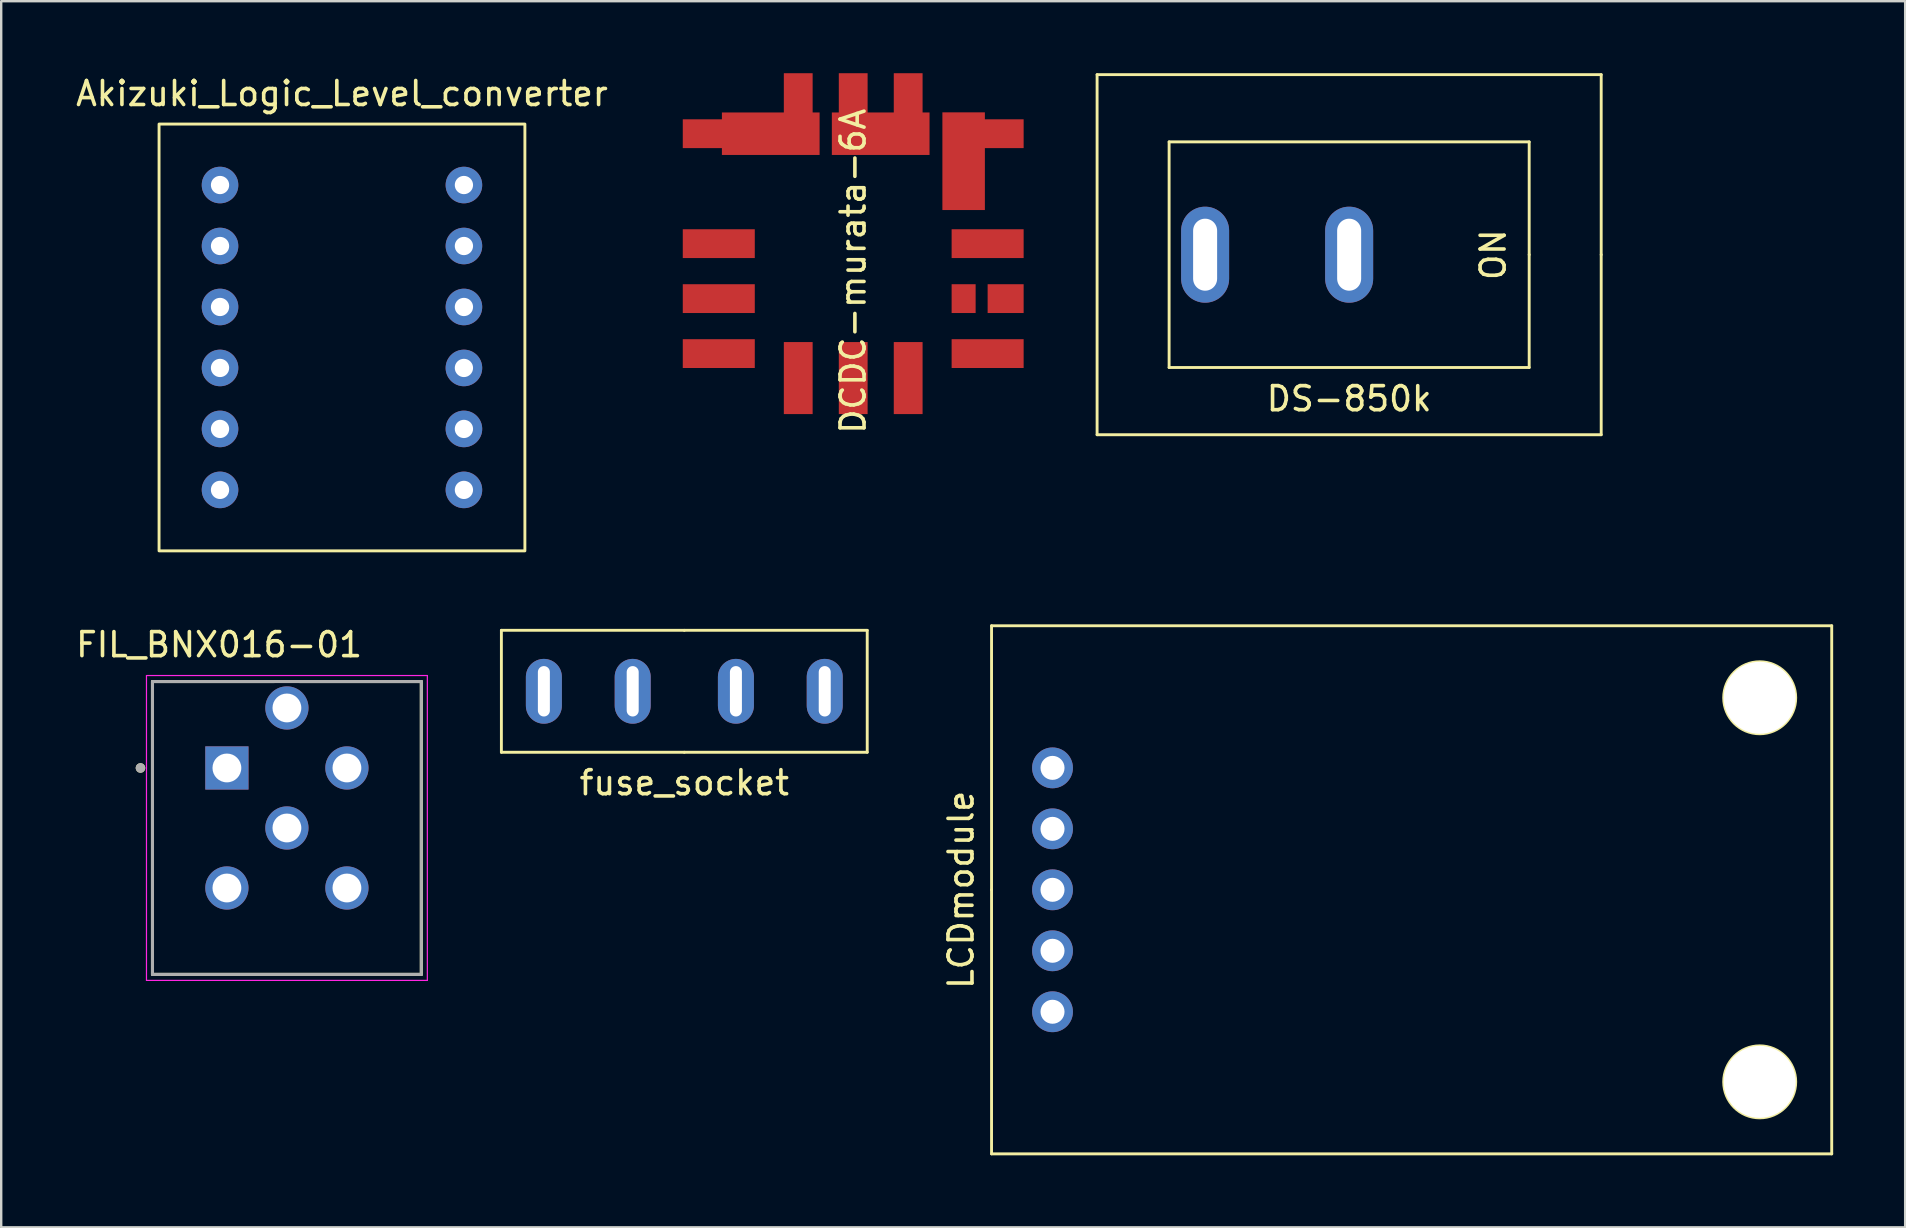
<source format=kicad_pcb>
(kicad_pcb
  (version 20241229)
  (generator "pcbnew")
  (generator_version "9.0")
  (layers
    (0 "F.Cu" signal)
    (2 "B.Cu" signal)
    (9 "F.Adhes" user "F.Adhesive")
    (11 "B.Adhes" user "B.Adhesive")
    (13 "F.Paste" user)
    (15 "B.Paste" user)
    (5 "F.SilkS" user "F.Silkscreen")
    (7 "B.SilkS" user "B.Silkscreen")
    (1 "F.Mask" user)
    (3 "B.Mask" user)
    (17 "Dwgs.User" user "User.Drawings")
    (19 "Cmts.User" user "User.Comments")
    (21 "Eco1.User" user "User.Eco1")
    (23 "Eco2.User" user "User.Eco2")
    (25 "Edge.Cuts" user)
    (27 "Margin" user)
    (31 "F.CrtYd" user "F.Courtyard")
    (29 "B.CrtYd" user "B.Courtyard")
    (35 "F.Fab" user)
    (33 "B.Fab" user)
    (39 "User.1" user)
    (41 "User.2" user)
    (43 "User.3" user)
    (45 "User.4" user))
  (footprint "Akizuki_Logic_Level_converter"
    (layer "F.Cu")
    (at 11.196 11.008)
    (property "Reference" "Akizuki_Logic_Level_converter" (at 0 -10.16 0) (unlocked yes) (layer "F.SilkS") (effects (font (size 1 1) (thickness 0.15))))
    (attr through_hole)
    (fp_rect (start 7.62 8.89) (end -7.62 -8.89) (stroke (width 0.12) (type solid)) (fill no) (layer "F.SilkS"))
    (pad "1" thru_hole circle (at 5.08 -6.35) (size 1.524 1.524) (drill 0.762) (layers "*.Cu" "*.Mask"))
    (pad "2" thru_hole circle (at 5.08 -3.81) (size 1.524 1.524) (drill 0.762) (layers "*.Cu" "*.Mask"))
    (pad "3" thru_hole circle (at 5.08 -1.27) (size 1.524 1.524) (drill 0.762) (layers "*.Cu" "*.Mask"))
    (pad "4" thru_hole circle (at 5.08 1.27) (size 1.524 1.524) (drill 0.762) (layers "*.Cu" "*.Mask"))
    (pad "5" thru_hole circle (at 5.08 3.81) (size 1.524 1.524) (drill 0.762) (layers "*.Cu" "*.Mask"))
    (pad "6" thru_hole circle (at 5.08 6.35) (size 1.524 1.524) (drill 0.762) (layers "*.Cu" "*.Mask"))
    (pad "7" thru_hole circle (at -5.08 6.35) (size 1.524 1.524) (drill 0.762) (layers "*.Cu" "*.Mask"))
    (pad "8" thru_hole circle (at -5.08 3.81) (size 1.524 1.524) (drill 0.762) (layers "*.Cu" "*.Mask"))
    (pad "9" thru_hole circle (at -5.08 1.27) (size 1.524 1.524) (drill 0.762) (layers "*.Cu" "*.Mask"))
    (pad "10" thru_hole circle (at -5.08 -1.27) (size 1.524 1.524) (drill 0.762) (layers "*.Cu" "*.Mask"))
    (pad "11" thru_hole circle (at -5.08 -3.81) (size 1.524 1.524) (drill 0.762) (layers "*.Cu" "*.Mask"))
    (pad "12" thru_hole circle (at -5.08 -6.35) (size 1.524 1.524) (drill 0.762) (layers "*.Cu" "*.Mask")))
  (footprint "fuse_socket"
    (layer "F.Cu")
    (at 25.457 23.208)
    (property "Reference" "fuse_socket" (at 0 6.35 0) (layer "F.SilkS") (effects (font (size 1 1) (thickness 0.15))))
    (attr through_hole)
    (fp_line (start -7.62 0) (end -7.62 5.08) (stroke (width 0.12) (type solid)) (layer "F.SilkS"))
    (fp_line (start -7.62 5.08) (end 0 5.08) (stroke (width 0.12) (type solid)) (layer "F.SilkS"))
    (fp_line (start 0 0) (end -7.62 0) (stroke (width 0.12) (type solid)) (layer "F.SilkS"))
    (fp_line (start 0 5.08) (end 7.62 5.08) (stroke (width 0.12) (type solid)) (layer "F.SilkS"))
    (fp_line (start 7.62 0) (end 0 0) (stroke (width 0.12) (type solid)) (layer "F.SilkS"))
    (fp_line (start 7.62 5.08) (end 7.62 0) (stroke (width 0.12) (type solid)) (layer "F.SilkS"))
    (pad "1" thru_hole oval (at -5.85 2.54) (size 1.5 2.7) (drill oval 0.5 2.1) (layers "*.Cu" "*.Mask"))
    (pad "1" thru_hole oval (at -2.15 2.54) (size 1.5 2.7) (drill oval 0.5 2.1) (layers "*.Cu" "*.Mask"))
    (pad "2" thru_hole oval (at 2.15 2.54) (size 1.5 2.7) (drill oval 0.5 2.1) (layers "*.Cu" "*.Mask"))
    (pad "2" thru_hole oval (at 5.85 2.54) (size 1.5 2.7) (drill oval 0.5 2.1) (layers "*.Cu" "*.Mask")))
  (footprint "FIL_BNX016-01"
    (layer "F.Cu")
    (at 8.902 31.442)
    (property "Reference" "FIL_BNX016-01" (at -2.825 -7.635 0) (layer "F.SilkS") (effects (font (size 1 1) (thickness 0.15))))
    (attr through_hole)
    (fp_line (start -5.6 -6.1) (end -0.53 -6.1) (stroke (width 0.127) (type solid)) (layer "F.SilkS"))
    (fp_line (start -5.6 6.1) (end -5.6 -6.1) (stroke (width 0.127) (type solid)) (layer "F.SilkS"))
    (fp_line (start 0.53 -6.1) (end 5.6 -6.1) (stroke (width 0.127) (type solid)) (layer "F.SilkS"))
    (fp_line (start 5.6 -6.1) (end 5.6 6.1) (stroke (width 0.127) (type solid)) (layer "F.SilkS"))
    (fp_line (start 5.6 6.1) (end -5.6 6.1) (stroke (width 0.127) (type solid)) (layer "F.SilkS"))
    (fp_circle (center -6.1 -2.5) (end -6 -2.5) (stroke (width 0.2) (type solid)) (fill no) (layer "F.SilkS"))
    (fp_line (start -5.85 -6.35) (end 5.85 -6.35) (stroke (width 0.05) (type solid)) (layer "F.CrtYd"))
    (fp_line (start -5.85 6.35) (end -5.85 -6.35) (stroke (width 0.05) (type solid)) (layer "F.CrtYd"))
    (fp_line (start 5.85 -6.35) (end 5.85 6.35) (stroke (width 0.05) (type solid)) (layer "F.CrtYd"))
    (fp_line (start 5.85 6.35) (end -5.85 6.35) (stroke (width 0.05) (type solid)) (layer "F.CrtYd"))
    (fp_line (start -5.6 -6.1) (end 5.6 -6.1) (stroke (width 0.127) (type solid)) (layer "F.Fab"))
    (fp_line (start -5.6 6.1) (end -5.6 -6.1) (stroke (width 0.127) (type solid)) (layer "F.Fab"))
    (fp_line (start 5.6 -6.1) (end 5.6 6.1) (stroke (width 0.127) (type solid)) (layer "F.Fab"))
    (fp_line (start 5.6 6.1) (end -5.6 6.1) (stroke (width 0.127) (type solid)) (layer "F.Fab"))
    (fp_circle (center -6.1 -2.5) (end -6 -2.5) (stroke (width 0.2) (type solid)) (fill no) (layer "F.Fab"))
    (pad "1" thru_hole circle (at 2.5 -2.5) (size 1.8 1.8) (drill 1.2) (layers "*.Cu" "*.Mask"))
    (pad "2" thru_hole rect (at -2.5 -2.5) (size 1.8 1.8) (drill 1.2) (layers "*.Cu" "*.Mask"))
    (pad "3" thru_hole circle (at 2.5 2.5) (size 1.8 1.8) (drill 1.2) (layers "*.Cu" "*.Mask"))
    (pad "4" thru_hole circle (at -2.5 2.5) (size 1.8 1.8) (drill 1.2) (layers "*.Cu" "*.Mask"))
    (pad "4" thru_hole circle (at 0 -5) (size 1.8 1.8) (drill 1.2) (layers "*.Cu" "*.Mask"))
    (pad "4" thru_hole circle (at 0 0) (size 1.8 1.8) (drill 1.2) (layers "*.Cu" "*.Mask")))
  (footprint "LCDmodule"
    (layer "F.Cu")
    (at 40.796 28.938)
    (property "Reference" "LCDmodule" (at -3.81 5.08 90) (layer "F.SilkS") (effects (font (size 1 1) (thickness 0.15))))
    (attr through_hole)
    (fp_line (start -2.54 -5.92) (end 32.46 -5.92) (stroke (width 0.12) (type solid)) (layer "F.SilkS"))
    (fp_line (start -2.54 5.08) (end -2.54 -5.92) (stroke (width 0.12) (type solid)) (layer "F.SilkS"))
    (fp_line (start -2.54 16.08) (end -2.54 5.08) (stroke (width 0.12) (type solid)) (layer "F.SilkS"))
    (fp_line (start 32.46 -5.92) (end 32.46 16.08) (stroke (width 0.12) (type solid)) (layer "F.SilkS"))
    (fp_line (start 32.46 16.08) (end -2.54 16.08) (stroke (width 0.12) (type solid)) (layer "F.SilkS"))
    (fp_circle (center 29.46 -2.92) (end 29.46 -4.42) (stroke (width 0.12) (type solid)) (fill no) (layer "F.SilkS"))
    (fp_circle (center 29.46 13.08) (end 29.46 14.58) (stroke (width 0.12) (type solid)) (fill no) (layer "F.SilkS"))
    (pad "" thru_hole circle (at 29.46 -2.92) (size 3 3) (drill 3) (layers "*.Cu" "*.Mask"))
    (pad "" thru_hole circle (at 29.46 13.08) (size 3 3) (drill 3) (layers "*.Cu" "*.Mask"))
    (pad "1" thru_hole circle (at 0 0) (size 1.7 1.7) (drill 1) (layers "*.Cu" "*.Mask"))
    (pad "2" thru_hole circle (at 0 2.54) (size 1.7 1.7) (drill 1) (layers "*.Cu" "*.Mask"))
    (pad "3" thru_hole circle (at 0 5.08) (size 1.7 1.7) (drill 1) (layers "*.Cu" "*.Mask"))
    (pad "4" thru_hole circle (at 0 7.62) (size 1.7 1.7) (drill 1) (layers "*.Cu" "*.Mask"))
    (pad "5" thru_hole circle (at 0 10.16) (size 1.7 1.7) (drill 1) (layers "*.Cu" "*.Mask")))
  (footprint "DCDC-murata-6A"
    (layer "F.Cu")
    (at 26.393 13.2)
    (property "Reference" "DCDC-murata-6A" (at 6.096 -4.953 90) (layer "F.SilkS") (effects (font (size 1 1) (thickness 0.15))))
    (attr through_hole)
    (pad "1" smd trapezoid (at 0.5 -6.1) (size 3 1.2) (layers "F.Cu" "F.Mask" "F.Paste"))
    (pad "2" smd trapezoid (at 0.5 -10.68) (size 3 1.2) (layers "F.Cu" "F.Mask" "F.Paste"))
    (pad "2" smd trapezoid (at 2.665 -10.68) (size 4.07 1.77) (layers "F.Cu" "F.Mask" "F.Paste"))
    (pad "2" smd trapezoid (at 3.81 -11.7) (size 1.2 3) (layers "F.Cu" "F.Mask" "F.Paste"))
    (pad "3" smd trapezoid (at 6.1 -11.7) (size 1.2 3) (layers "F.Cu" "F.Mask" "F.Paste"))
    (pad "3" smd trapezoid (at 7.245 -10.68) (size 4.07 1.77) (layers "F.Cu" "F.Mask" "F.Paste"))
    (pad "3" smd trapezoid (at 8.39 -11.7) (size 1.2 3) (layers "F.Cu" "F.Mask" "F.Paste"))
    (pad "4" smd trapezoid (at 10.7 -9.535) (size 1.77 4.07) (layers "F.Cu" "F.Mask" "F.Paste"))
    (pad "4" smd trapezoid (at 11.7 -10.68) (size 3 1.2) (layers "F.Cu" "F.Mask" "F.Paste"))
    (pad "5" smd trapezoid (at 11.7 -6.1) (size 3 1.2) (layers "F.Cu" "F.Mask" "F.Paste"))
    (pad "6" smd trapezoid (at 11.7 -1.52) (size 3 1.2) (layers "F.Cu" "F.Mask" "F.Paste"))
    (pad "7" smd trapezoid (at 6.1 -0.5) (size 1.2 3) (layers "F.Cu" "F.Mask" "F.Paste"))
    (pad "8" smd trapezoid (at 3.81 -0.5) (size 1.2 3) (layers "F.Cu" "F.Mask" "F.Paste"))
    (pad "9" smd trapezoid (at 0.5 -1.52) (size 3 1.2) (layers "F.Cu" "F.Mask" "F.Paste"))
    (pad "10" smd trapezoid (at 0.5 -3.81) (size 3 1.2) (layers "F.Cu" "F.Mask" "F.Paste"))
    (pad "11" smd trapezoid (at 12.45 -3.81) (size 1.5 1.2) (layers "F.Cu" "F.Mask" "F.Paste"))
    (pad "12" smd trapezoid (at 8.39 -0.5) (size 1.2 3) (layers "F.Cu" "F.Mask" "F.Paste"))
    (pad "13" smd trapezoid (at 10.7 -3.81) (size 1 1.2) (layers "F.Cu" "F.Mask" "F.Paste")))
  (footprint "DS-850k"
    (layer "F.Cu")
    (at 53.153 7.56)
    (property "Reference" "DS-850k" (at 0 6 0) (layer "F.SilkS") (effects (font (size 1 1) (thickness 0.15))))
    (attr through_hole)
    (fp_line (start -10.5 -7.5) (end -10.5 7.5) (stroke (width 0.12) (type solid)) (layer "F.SilkS"))
    (fp_line (start -10.5 7.5) (end 10.5 7.5) (stroke (width 0.12) (type solid)) (layer "F.SilkS"))
    (fp_line (start -7.5 -4.7) (end -7.5 4.7) (stroke (width 0.12) (type solid)) (layer "F.SilkS"))
    (fp_line (start -7.5 4.7) (end 7.5 4.7) (stroke (width 0.12) (type solid)) (layer "F.SilkS"))
    (fp_line (start 7.5 -4.7) (end -7.5 -4.7) (stroke (width 0.12) (type solid)) (layer "F.SilkS"))
    (fp_line (start 7.5 0) (end 7.5 -4.7) (stroke (width 0.12) (type solid)) (layer "F.SilkS"))
    (fp_line (start 7.5 4.7) (end 7.5 0) (stroke (width 0.12) (type solid)) (layer "F.SilkS"))
    (fp_line (start 10.5 -7.5) (end -10.5 -7.5) (stroke (width 0.12) (type solid)) (layer "F.SilkS"))
    (fp_line (start 10.5 0) (end 10.5 -7.5) (stroke (width 0.12) (type solid)) (layer "F.SilkS"))
    (fp_line (start 10.5 7.5) (end 10.5 0) (stroke (width 0.12) (type solid)) (layer "F.SilkS"))
    (fp_text user "ON" (at 6 0 90) (layer "F.SilkS") (effects (font (size 1 1) (thickness 0.15))))
    (pad "1" thru_hole oval (at 0 0 90) (size 4 2) (drill oval 3 1) (layers "*.Cu" "*.Mask"))
    (pad "2" thru_hole oval (at -6 0 90) (size 4 2) (drill oval 3 1) (layers "*.Cu" "*.Mask")))
  (gr_rect
    (start -3 -3)
    (end 76.316 48.078)
    (stroke (width 0.1) (type default))
    (fill no)
    (layer "Edge.Cuts")))
</source>
